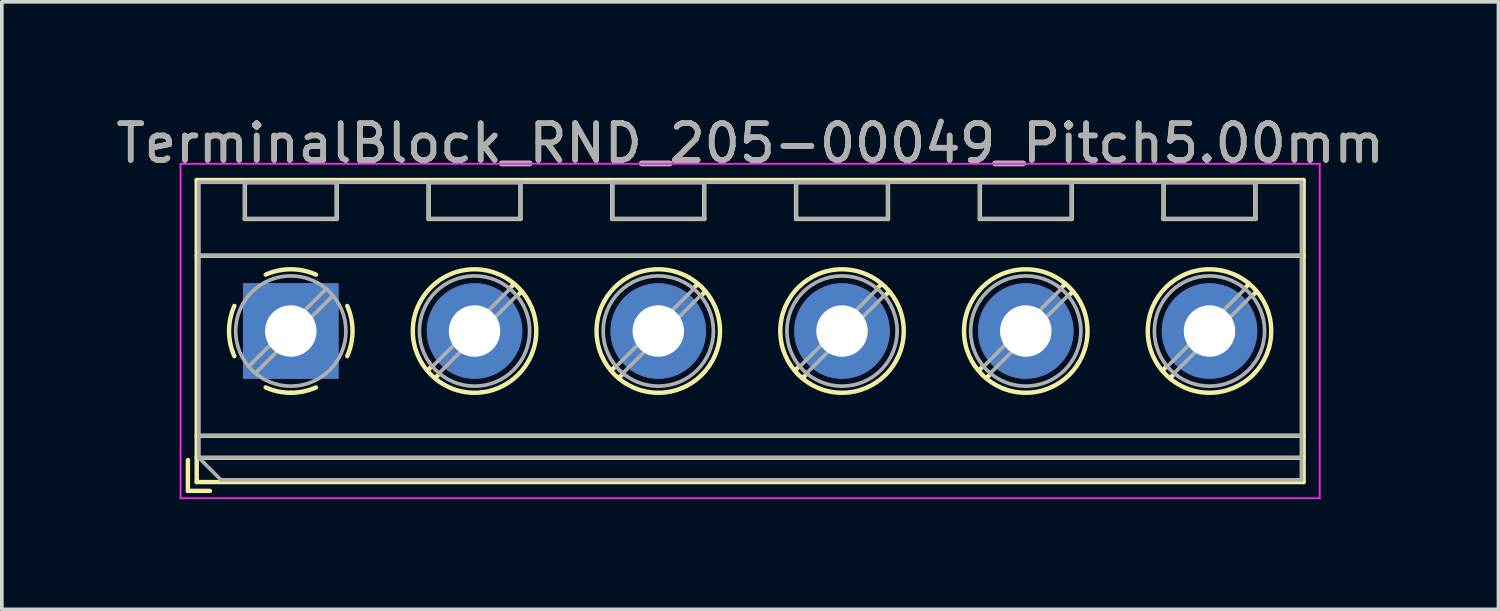
<source format=kicad_pcb>
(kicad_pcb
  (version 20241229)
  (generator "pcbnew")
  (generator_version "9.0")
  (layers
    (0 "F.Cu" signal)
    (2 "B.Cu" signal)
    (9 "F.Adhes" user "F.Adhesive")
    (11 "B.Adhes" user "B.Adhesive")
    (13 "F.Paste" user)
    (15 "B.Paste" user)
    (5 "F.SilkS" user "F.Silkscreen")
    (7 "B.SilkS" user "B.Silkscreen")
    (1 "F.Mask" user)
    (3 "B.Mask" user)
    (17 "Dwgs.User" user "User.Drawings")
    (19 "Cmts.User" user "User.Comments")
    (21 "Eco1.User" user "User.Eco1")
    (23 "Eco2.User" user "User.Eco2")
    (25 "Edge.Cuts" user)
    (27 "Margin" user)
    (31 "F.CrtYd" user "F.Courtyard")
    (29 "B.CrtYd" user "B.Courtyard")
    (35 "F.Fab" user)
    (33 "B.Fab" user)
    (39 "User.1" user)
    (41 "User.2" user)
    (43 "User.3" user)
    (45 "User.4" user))
  (footprint "TerminalBlock_RND_205-00049_Pitch5.00mm"
    (layer "F.Cu")
    (at 4.863 5.958)
    (property "Reference" "TerminalBlock_RND_205-00049_Pitch5.00mm" (at 12.5 -5.11 0) (layer "F.SilkS") (effects (font (size 1 1) (thickness 0.15))))
    (attr through_hole)
    (fp_line (start -2.8 3.51) (end -2.8 4.35) (stroke (width 0.12) (type solid)) (layer "F.SilkS"))
    (fp_line (start -2.8 4.35) (end -2.2 4.35) (stroke (width 0.12) (type solid)) (layer "F.SilkS"))
    (fp_line (start -2.56 -4.11) (end -2.56 4.11) (stroke (width 0.12) (type solid)) (layer "F.SilkS"))
    (fp_line (start -2.56 -2.05) (end 27.56 -2.05) (stroke (width 0.12) (type solid)) (layer "F.SilkS"))
    (fp_line (start -2.56 2.85) (end 27.56 2.85) (stroke (width 0.12) (type solid)) (layer "F.SilkS"))
    (fp_line (start -2.56 3.45) (end 27.56 3.45) (stroke (width 0.12) (type solid)) (layer "F.SilkS"))
    (fp_line (start -2.56 4.11) (end 27.56 4.11) (stroke (width 0.12) (type solid)) (layer "F.SilkS"))
    (fp_line (start -1.25 -4.05) (end -1.25 -3.05) (stroke (width 0.12) (type solid)) (layer "F.SilkS"))
    (fp_line (start -1.25 -4.05) (end 1.25 -4.05) (stroke (width 0.12) (type solid)) (layer "F.SilkS"))
    (fp_line (start -1.25 -3.05) (end 1.25 -3.05) (stroke (width 0.12) (type solid)) (layer "F.SilkS"))
    (fp_line (start 1.25 -4.05) (end 1.25 -3.05) (stroke (width 0.12) (type solid)) (layer "F.SilkS"))
    (fp_line (start 3.75 -4.05) (end 3.75 -3.05) (stroke (width 0.12) (type solid)) (layer "F.SilkS"))
    (fp_line (start 3.75 -4.05) (end 6.25 -4.05) (stroke (width 0.12) (type solid)) (layer "F.SilkS"))
    (fp_line (start 3.75 -3.05) (end 6.25 -3.05) (stroke (width 0.12) (type solid)) (layer "F.SilkS"))
    (fp_line (start 3.82 0.976) (end 3.726 1.069) (stroke (width 0.12) (type solid)) (layer "F.SilkS"))
    (fp_line (start 4.002 1.204) (end 3.931 1.274) (stroke (width 0.12) (type solid)) (layer "F.SilkS"))
    (fp_line (start 6.07 -1.275) (end 5.999 -1.204) (stroke (width 0.12) (type solid)) (layer "F.SilkS"))
    (fp_line (start 6.25 -4.05) (end 6.25 -3.05) (stroke (width 0.12) (type solid)) (layer "F.SilkS"))
    (fp_line (start 6.275 -1.069) (end 6.181 -0.976) (stroke (width 0.12) (type solid)) (layer "F.SilkS"))
    (fp_line (start 8.75 -4.05) (end 8.75 -3.05) (stroke (width 0.12) (type solid)) (layer "F.SilkS"))
    (fp_line (start 8.75 -4.05) (end 11.25 -4.05) (stroke (width 0.12) (type solid)) (layer "F.SilkS"))
    (fp_line (start 8.75 -3.05) (end 11.25 -3.05) (stroke (width 0.12) (type solid)) (layer "F.SilkS"))
    (fp_line (start 8.82 0.976) (end 8.726 1.069) (stroke (width 0.12) (type solid)) (layer "F.SilkS"))
    (fp_line (start 9.002 1.204) (end 8.931 1.274) (stroke (width 0.12) (type solid)) (layer "F.SilkS"))
    (fp_line (start 11.07 -1.275) (end 10.999 -1.204) (stroke (width 0.12) (type solid)) (layer "F.SilkS"))
    (fp_line (start 11.25 -4.05) (end 11.25 -3.05) (stroke (width 0.12) (type solid)) (layer "F.SilkS"))
    (fp_line (start 11.275 -1.069) (end 11.181 -0.976) (stroke (width 0.12) (type solid)) (layer "F.SilkS"))
    (fp_line (start 13.75 -4.05) (end 13.75 -3.05) (stroke (width 0.12) (type solid)) (layer "F.SilkS"))
    (fp_line (start 13.75 -4.05) (end 16.25 -4.05) (stroke (width 0.12) (type solid)) (layer "F.SilkS"))
    (fp_line (start 13.75 -3.05) (end 16.25 -3.05) (stroke (width 0.12) (type solid)) (layer "F.SilkS"))
    (fp_line (start 13.82 0.976) (end 13.726 1.069) (stroke (width 0.12) (type solid)) (layer "F.SilkS"))
    (fp_line (start 14.002 1.204) (end 13.931 1.274) (stroke (width 0.12) (type solid)) (layer "F.SilkS"))
    (fp_line (start 16.07 -1.275) (end 15.999 -1.204) (stroke (width 0.12) (type solid)) (layer "F.SilkS"))
    (fp_line (start 16.25 -4.05) (end 16.25 -3.05) (stroke (width 0.12) (type solid)) (layer "F.SilkS"))
    (fp_line (start 16.275 -1.069) (end 16.181 -0.976) (stroke (width 0.12) (type solid)) (layer "F.SilkS"))
    (fp_line (start 18.75 -4.05) (end 18.75 -3.05) (stroke (width 0.12) (type solid)) (layer "F.SilkS"))
    (fp_line (start 18.75 -4.05) (end 21.25 -4.05) (stroke (width 0.12) (type solid)) (layer "F.SilkS"))
    (fp_line (start 18.75 -3.05) (end 21.25 -3.05) (stroke (width 0.12) (type solid)) (layer "F.SilkS"))
    (fp_line (start 18.82 0.976) (end 18.726 1.069) (stroke (width 0.12) (type solid)) (layer "F.SilkS"))
    (fp_line (start 19.002 1.204) (end 18.931 1.274) (stroke (width 0.12) (type solid)) (layer "F.SilkS"))
    (fp_line (start 21.07 -1.275) (end 20.999 -1.204) (stroke (width 0.12) (type solid)) (layer "F.SilkS"))
    (fp_line (start 21.25 -4.05) (end 21.25 -3.05) (stroke (width 0.12) (type solid)) (layer "F.SilkS"))
    (fp_line (start 21.275 -1.069) (end 21.181 -0.976) (stroke (width 0.12) (type solid)) (layer "F.SilkS"))
    (fp_line (start 23.75 -4.05) (end 23.75 -3.05) (stroke (width 0.12) (type solid)) (layer "F.SilkS"))
    (fp_line (start 23.75 -4.05) (end 26.25 -4.05) (stroke (width 0.12) (type solid)) (layer "F.SilkS"))
    (fp_line (start 23.75 -3.05) (end 26.25 -3.05) (stroke (width 0.12) (type solid)) (layer "F.SilkS"))
    (fp_line (start 23.82 0.976) (end 23.726 1.069) (stroke (width 0.12) (type solid)) (layer "F.SilkS"))
    (fp_line (start 24.002 1.204) (end 23.931 1.274) (stroke (width 0.12) (type solid)) (layer "F.SilkS"))
    (fp_line (start 26.07 -1.275) (end 25.999 -1.204) (stroke (width 0.12) (type solid)) (layer "F.SilkS"))
    (fp_line (start 26.25 -4.05) (end 26.25 -3.05) (stroke (width 0.12) (type solid)) (layer "F.SilkS"))
    (fp_line (start 26.275 -1.069) (end 26.181 -0.976) (stroke (width 0.12) (type solid)) (layer "F.SilkS"))
    (fp_line (start 27.56 -4.11) (end -2.56 -4.11) (stroke (width 0.12) (type solid)) (layer "F.SilkS"))
    (fp_line (start 27.56 4.11) (end 27.56 -4.11) (stroke (width 0.12) (type solid)) (layer "F.SilkS"))
    (fp_arc (start -1.535427 0.683042) (mid -1.680501 -0.000524) (end -1.535 -0.684) (stroke (width 0.12) (type solid)) (layer "F.SilkS"))
    (fp_arc (start -0.683042 -1.535427) (mid 0.000524 -1.680501) (end 0.684 -1.535) (stroke (width 0.12) (type solid)) (layer "F.SilkS"))
    (fp_arc (start 0.028805 1.680253) (mid -0.335551 1.646659) (end -0.684 1.535) (stroke (width 0.12) (type solid)) (layer "F.SilkS"))
    (fp_arc (start 0.683318 1.534756) (mid 0.349292 1.643288) (end 0 1.68) (stroke (width 0.12) (type solid)) (layer "F.SilkS"))
    (fp_arc (start 1.535427 -0.683042) (mid 1.680501 0.000524) (end 1.535 0.684) (stroke (width 0.12) (type solid)) (layer "F.SilkS"))
    (fp_circle (center 5 0) (end 6.68 0) (stroke (width 0.12) (type solid)) (fill no) (layer "F.SilkS"))
    (fp_circle (center 10 0) (end 11.68 0) (stroke (width 0.12) (type solid)) (fill no) (layer "F.SilkS"))
    (fp_circle (center 15 0) (end 16.68 0) (stroke (width 0.12) (type solid)) (fill no) (layer "F.SilkS"))
    (fp_circle (center 20 0) (end 21.68 0) (stroke (width 0.12) (type solid)) (fill no) (layer "F.SilkS"))
    (fp_circle (center 25 0) (end 26.68 0) (stroke (width 0.12) (type solid)) (fill no) (layer "F.SilkS"))
    (fp_line (start -3 -4.55) (end -3 4.55) (stroke (width 0.05) (type solid)) (layer "F.CrtYd"))
    (fp_line (start -3 4.55) (end 28 4.55) (stroke (width 0.05) (type solid)) (layer "F.CrtYd"))
    (fp_line (start 28 -4.55) (end -3 -4.55) (stroke (width 0.05) (type solid)) (layer "F.CrtYd"))
    (fp_line (start 28 4.55) (end 28 -4.55) (stroke (width 0.05) (type solid)) (layer "F.CrtYd"))
    (fp_line (start -2.5 -4.05) (end 27.5 -4.05) (stroke (width 0.1) (type solid)) (layer "F.Fab"))
    (fp_line (start -2.5 -2.05) (end 27.5 -2.05) (stroke (width 0.1) (type solid)) (layer "F.Fab"))
    (fp_line (start -2.5 2.85) (end 27.5 2.85) (stroke (width 0.1) (type solid)) (layer "F.Fab"))
    (fp_line (start -2.5 3.45) (end -2.5 -4.05) (stroke (width 0.1) (type solid)) (layer "F.Fab"))
    (fp_line (start -2.5 3.45) (end 27.5 3.45) (stroke (width 0.1) (type solid)) (layer "F.Fab"))
    (fp_line (start -1.9 4.05) (end -2.5 3.45) (stroke (width 0.1) (type solid)) (layer "F.Fab"))
    (fp_line (start -1.25 -4.05) (end -1.25 -3.05) (stroke (width 0.1) (type solid)) (layer "F.Fab"))
    (fp_line (start -1.25 -3.05) (end 1.25 -3.05) (stroke (width 0.1) (type solid)) (layer "F.Fab"))
    (fp_line (start 0.955 -1.138) (end -1.138 0.955) (stroke (width 0.1) (type solid)) (layer "F.Fab"))
    (fp_line (start 1.138 -0.955) (end -0.955 1.138) (stroke (width 0.1) (type solid)) (layer "F.Fab"))
    (fp_line (start 1.25 -4.05) (end -1.25 -4.05) (stroke (width 0.1) (type solid)) (layer "F.Fab"))
    (fp_line (start 1.25 -3.05) (end 1.25 -4.05) (stroke (width 0.1) (type solid)) (layer "F.Fab"))
    (fp_line (start 3.75 -4.05) (end 3.75 -3.05) (stroke (width 0.1) (type solid)) (layer "F.Fab"))
    (fp_line (start 3.75 -3.05) (end 6.25 -3.05) (stroke (width 0.1) (type solid)) (layer "F.Fab"))
    (fp_line (start 5.955 -1.138) (end 3.863 0.955) (stroke (width 0.1) (type solid)) (layer "F.Fab"))
    (fp_line (start 6.138 -0.955) (end 4.046 1.138) (stroke (width 0.1) (type solid)) (layer "F.Fab"))
    (fp_line (start 6.25 -4.05) (end 3.75 -4.05) (stroke (width 0.1) (type solid)) (layer "F.Fab"))
    (fp_line (start 6.25 -3.05) (end 6.25 -4.05) (stroke (width 0.1) (type solid)) (layer "F.Fab"))
    (fp_line (start 8.75 -4.05) (end 8.75 -3.05) (stroke (width 0.1) (type solid)) (layer "F.Fab"))
    (fp_line (start 8.75 -3.05) (end 11.25 -3.05) (stroke (width 0.1) (type solid)) (layer "F.Fab"))
    (fp_line (start 10.955 -1.138) (end 8.863 0.955) (stroke (width 0.1) (type solid)) (layer "F.Fab"))
    (fp_line (start 11.138 -0.955) (end 9.046 1.138) (stroke (width 0.1) (type solid)) (layer "F.Fab"))
    (fp_line (start 11.25 -4.05) (end 8.75 -4.05) (stroke (width 0.1) (type solid)) (layer "F.Fab"))
    (fp_line (start 11.25 -3.05) (end 11.25 -4.05) (stroke (width 0.1) (type solid)) (layer "F.Fab"))
    (fp_line (start 13.75 -4.05) (end 13.75 -3.05) (stroke (width 0.1) (type solid)) (layer "F.Fab"))
    (fp_line (start 13.75 -3.05) (end 16.25 -3.05) (stroke (width 0.1) (type solid)) (layer "F.Fab"))
    (fp_line (start 15.955 -1.138) (end 13.863 0.955) (stroke (width 0.1) (type solid)) (layer "F.Fab"))
    (fp_line (start 16.138 -0.955) (end 14.046 1.138) (stroke (width 0.1) (type solid)) (layer "F.Fab"))
    (fp_line (start 16.25 -4.05) (end 13.75 -4.05) (stroke (width 0.1) (type solid)) (layer "F.Fab"))
    (fp_line (start 16.25 -3.05) (end 16.25 -4.05) (stroke (width 0.1) (type solid)) (layer "F.Fab"))
    (fp_line (start 18.75 -4.05) (end 18.75 -3.05) (stroke (width 0.1) (type solid)) (layer "F.Fab"))
    (fp_line (start 18.75 -3.05) (end 21.25 -3.05) (stroke (width 0.1) (type solid)) (layer "F.Fab"))
    (fp_line (start 20.955 -1.138) (end 18.863 0.955) (stroke (width 0.1) (type solid)) (layer "F.Fab"))
    (fp_line (start 21.138 -0.955) (end 19.046 1.138) (stroke (width 0.1) (type solid)) (layer "F.Fab"))
    (fp_line (start 21.25 -4.05) (end 18.75 -4.05) (stroke (width 0.1) (type solid)) (layer "F.Fab"))
    (fp_line (start 21.25 -3.05) (end 21.25 -4.05) (stroke (width 0.1) (type solid)) (layer "F.Fab"))
    (fp_line (start 23.75 -4.05) (end 23.75 -3.05) (stroke (width 0.1) (type solid)) (layer "F.Fab"))
    (fp_line (start 23.75 -3.05) (end 26.25 -3.05) (stroke (width 0.1) (type solid)) (layer "F.Fab"))
    (fp_line (start 25.955 -1.138) (end 23.863 0.955) (stroke (width 0.1) (type solid)) (layer "F.Fab"))
    (fp_line (start 26.138 -0.955) (end 24.046 1.138) (stroke (width 0.1) (type solid)) (layer "F.Fab"))
    (fp_line (start 26.25 -4.05) (end 23.75 -4.05) (stroke (width 0.1) (type solid)) (layer "F.Fab"))
    (fp_line (start 26.25 -3.05) (end 26.25 -4.05) (stroke (width 0.1) (type solid)) (layer "F.Fab"))
    (fp_line (start 27.5 -4.05) (end 27.5 4.05) (stroke (width 0.1) (type solid)) (layer "F.Fab"))
    (fp_line (start 27.5 4.05) (end -1.9 4.05) (stroke (width 0.1) (type solid)) (layer "F.Fab"))
    (fp_circle (center 0 0) (end 1.5 0) (stroke (width 0.1) (type solid)) (fill no) (layer "F.Fab"))
    (fp_circle (center 5 0) (end 6.5 0) (stroke (width 0.1) (type solid)) (fill no) (layer "F.Fab"))
    (fp_circle (center 10 0) (end 11.5 0) (stroke (width 0.1) (type solid)) (fill no) (layer "F.Fab"))
    (fp_circle (center 15 0) (end 16.5 0) (stroke (width 0.1) (type solid)) (fill no) (layer "F.Fab"))
    (fp_circle (center 20 0) (end 21.5 0) (stroke (width 0.1) (type solid)) (fill no) (layer "F.Fab"))
    (fp_circle (center 25 0) (end 26.5 0) (stroke (width 0.1) (type solid)) (fill no) (layer "F.Fab"))
    (fp_text user "${REFERENCE}" (at 12.5 -5.11 0) (layer "F.Fab") (effects (font (size 1 1) (thickness 0.15))))
    (pad "1" thru_hole rect (at 0 0) (size 2.6 2.6) (drill 1.4) (layers "*.Cu" "*.Mask"))
    (pad "2" thru_hole oval (at 5 0) (size 2.6 2.6) (drill 1.4) (layers "*.Cu" "*.Mask"))
    (pad "3" thru_hole oval (at 10 0) (size 2.6 2.6) (drill 1.4) (layers "*.Cu" "*.Mask"))
    (pad "4" thru_hole oval (at 15 0) (size 2.6 2.6) (drill 1.4) (layers "*.Cu" "*.Mask"))
    (pad "5" thru_hole oval (at 20 0) (size 2.6 2.6) (drill 1.4) (layers "*.Cu" "*.Mask"))
    (pad "6" thru_hole oval (at 25 0) (size 2.6 2.6) (drill 1.4) (layers "*.Cu" "*.Mask")))
  (gr_rect
    (start -3 -3)
    (end 37.726 13.533)
    (stroke (width 0.1) (type default))
    (fill no)
    (layer "Edge.Cuts")))
</source>
